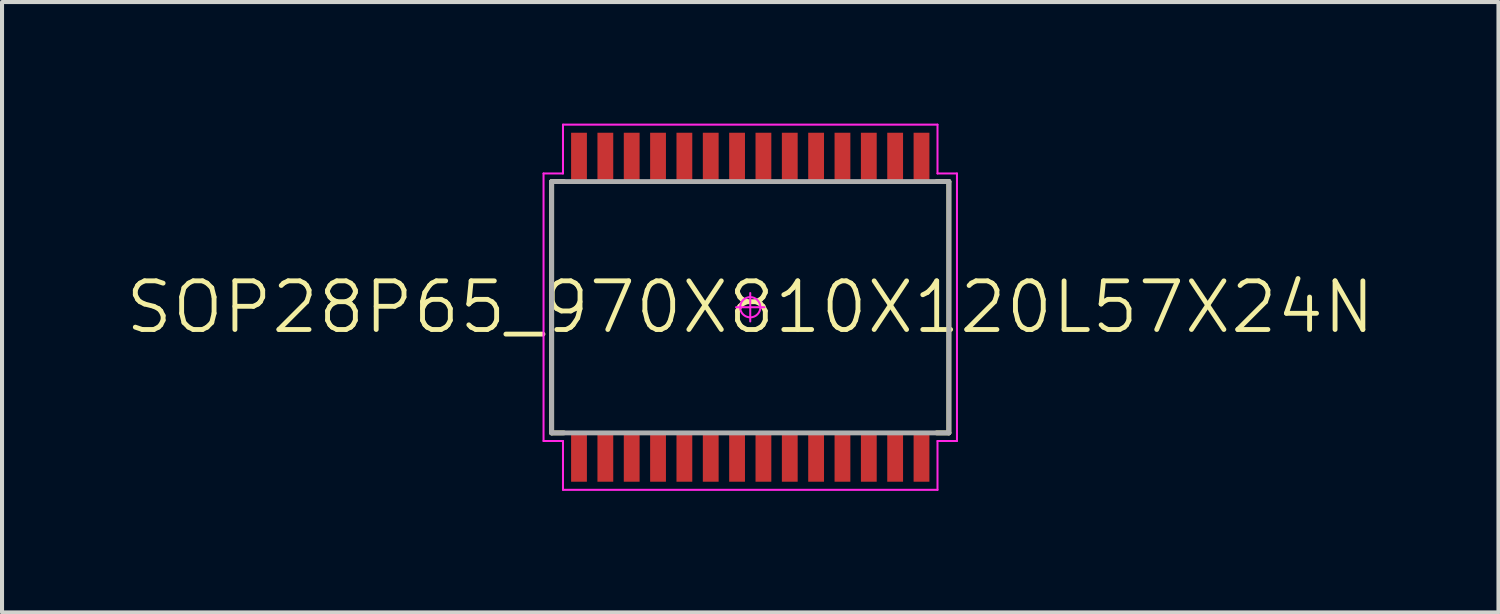
<source format=kicad_pcb>
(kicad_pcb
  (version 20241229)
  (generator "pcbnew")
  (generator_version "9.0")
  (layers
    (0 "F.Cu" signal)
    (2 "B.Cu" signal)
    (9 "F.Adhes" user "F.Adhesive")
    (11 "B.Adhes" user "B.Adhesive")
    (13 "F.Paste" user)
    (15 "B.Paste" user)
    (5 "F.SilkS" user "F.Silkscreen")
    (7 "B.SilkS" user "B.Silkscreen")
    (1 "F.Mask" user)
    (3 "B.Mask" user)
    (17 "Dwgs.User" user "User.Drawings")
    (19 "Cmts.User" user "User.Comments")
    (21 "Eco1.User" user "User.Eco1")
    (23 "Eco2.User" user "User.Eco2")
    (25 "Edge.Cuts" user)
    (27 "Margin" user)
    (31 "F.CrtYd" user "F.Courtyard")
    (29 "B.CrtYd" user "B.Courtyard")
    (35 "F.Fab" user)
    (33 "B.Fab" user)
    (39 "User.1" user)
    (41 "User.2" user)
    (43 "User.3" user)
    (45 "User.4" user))
  (footprint "SOP28P65_970X810X120L57X24N"
    (layer "F.Cu")
    (at 15.46 4.53)
    (property "Reference" "SOP28P65_970X810X120L57X24N" (at 0 0 0) (layer "F.SilkS") (effects (font (size 1.2 1.2) (thickness 0.12))))
    (attr smd)
    (fp_line (start -4.9 -3.1) (end -4.6 -3.1) (stroke (width 0.12) (type solid)) (layer "F.SilkS"))
    (fp_line (start -4.9 3.1) (end -4.9 -3.1) (stroke (width 0.12) (type solid)) (layer "F.SilkS"))
    (fp_line (start -4.6 3.1) (end -4.9 3.1) (stroke (width 0.12) (type solid)) (layer "F.SilkS"))
    (fp_line (start 4.6 3.1) (end 4.9 3.1) (stroke (width 0.12) (type solid)) (layer "F.SilkS"))
    (fp_line (start 4.9 -3.1) (end 4.6 -3.1) (stroke (width 0.12) (type solid)) (layer "F.SilkS"))
    (fp_line (start 4.9 3.1) (end 4.9 -3.1) (stroke (width 0.12) (type solid)) (layer "F.SilkS"))
    (fp_line (start -5.1 -3.3) (end -5.1 3.3) (stroke (width 0.05) (type solid)) (layer "F.CrtYd"))
    (fp_line (start -5.1 3.3) (end -4.62 3.3) (stroke (width 0.05) (type solid)) (layer "F.CrtYd"))
    (fp_line (start -4.62 -4.505) (end -4.62 -3.3) (stroke (width 0.05) (type solid)) (layer "F.CrtYd"))
    (fp_line (start -4.62 -3.3) (end -5.1 -3.3) (stroke (width 0.05) (type solid)) (layer "F.CrtYd"))
    (fp_line (start -4.62 3.3) (end -4.62 4.505) (stroke (width 0.05) (type solid)) (layer "F.CrtYd"))
    (fp_line (start -4.62 4.505) (end 4.62 4.505) (stroke (width 0.05) (type solid)) (layer "F.CrtYd"))
    (fp_line (start -0.35 0) (end 0.35 0) (stroke (width 0.05) (type solid)) (layer "F.CrtYd"))
    (fp_line (start 0 -0.35) (end 0 0.35) (stroke (width 0.05) (type solid)) (layer "F.CrtYd"))
    (fp_line (start 4.62 -4.505) (end -4.62 -4.505) (stroke (width 0.05) (type solid)) (layer "F.CrtYd"))
    (fp_line (start 4.62 -3.3) (end 4.62 -4.505) (stroke (width 0.05) (type solid)) (layer "F.CrtYd"))
    (fp_line (start 4.62 3.3) (end 5.1 3.3) (stroke (width 0.05) (type solid)) (layer "F.CrtYd"))
    (fp_line (start 4.62 4.505) (end 4.62 3.3) (stroke (width 0.05) (type solid)) (layer "F.CrtYd"))
    (fp_line (start 5.1 -3.3) (end 4.62 -3.3) (stroke (width 0.05) (type solid)) (layer "F.CrtYd"))
    (fp_line (start 5.1 3.3) (end 5.1 -3.3) (stroke (width 0.05) (type solid)) (layer "F.CrtYd"))
    (fp_circle (center 0 0) (end 0 0.25) (stroke (width 0.05) (type solid)) (fill no) (layer "F.CrtYd"))
    (fp_line (start -4.9 -3.1) (end 4.9 -3.1) (stroke (width 0.12) (type solid)) (layer "F.Fab"))
    (fp_line (start -4.9 3.1) (end -4.9 -3.1) (stroke (width 0.12) (type solid)) (layer "F.Fab"))
    (fp_line (start 4.9 -3.1) (end 4.9 3.1) (stroke (width 0.12) (type solid)) (layer "F.Fab"))
    (fp_line (start 4.9 3.1) (end -4.9 3.1) (stroke (width 0.12) (type solid)) (layer "F.Fab"))
    (pad "1" smd rect (at -4.225 3.69 90) (size 1.23 0.39) (layers "F.Cu" "F.Mask" "F.Paste"))
    (pad "2" smd rect (at -3.575 3.69 90) (size 1.23 0.39) (layers "F.Cu" "F.Mask" "F.Paste"))
    (pad "3" smd rect (at -2.925 3.69 90) (size 1.23 0.39) (layers "F.Cu" "F.Mask" "F.Paste"))
    (pad "4" smd rect (at -2.275 3.69 90) (size 1.23 0.39) (layers "F.Cu" "F.Mask" "F.Paste"))
    (pad "5" smd rect (at -1.625 3.69 90) (size 1.23 0.39) (layers "F.Cu" "F.Mask" "F.Paste"))
    (pad "6" smd rect (at -0.975 3.69 90) (size 1.23 0.39) (layers "F.Cu" "F.Mask" "F.Paste"))
    (pad "7" smd rect (at -0.325 3.69 90) (size 1.23 0.39) (layers "F.Cu" "F.Mask" "F.Paste"))
    (pad "8" smd rect (at 0.325 3.69 90) (size 1.23 0.39) (layers "F.Cu" "F.Mask" "F.Paste"))
    (pad "9" smd rect (at 0.975 3.69 90) (size 1.23 0.39) (layers "F.Cu" "F.Mask" "F.Paste"))
    (pad "10" smd rect (at 1.625 3.69 90) (size 1.23 0.39) (layers "F.Cu" "F.Mask" "F.Paste"))
    (pad "11" smd rect (at 2.275 3.69 90) (size 1.23 0.39) (layers "F.Cu" "F.Mask" "F.Paste"))
    (pad "12" smd rect (at 2.925 3.69 90) (size 1.23 0.39) (layers "F.Cu" "F.Mask" "F.Paste"))
    (pad "13" smd rect (at 3.575 3.69 90) (size 1.23 0.39) (layers "F.Cu" "F.Mask" "F.Paste"))
    (pad "14" smd rect (at 4.225 3.69 90) (size 1.23 0.39) (layers "F.Cu" "F.Mask" "F.Paste"))
    (pad "15" smd rect (at 4.225 -3.69 90) (size 1.23 0.39) (layers "F.Cu" "F.Mask" "F.Paste"))
    (pad "16" smd rect (at 3.575 -3.69 90) (size 1.23 0.39) (layers "F.Cu" "F.Mask" "F.Paste"))
    (pad "17" smd rect (at 2.925 -3.69 90) (size 1.23 0.39) (layers "F.Cu" "F.Mask" "F.Paste"))
    (pad "18" smd rect (at 2.275 -3.69 90) (size 1.23 0.39) (layers "F.Cu" "F.Mask" "F.Paste"))
    (pad "19" smd rect (at 1.625 -3.69 90) (size 1.23 0.39) (layers "F.Cu" "F.Mask" "F.Paste"))
    (pad "20" smd rect (at 0.975 -3.69 90) (size 1.23 0.39) (layers "F.Cu" "F.Mask" "F.Paste"))
    (pad "21" smd rect (at 0.325 -3.69 90) (size 1.23 0.39) (layers "F.Cu" "F.Mask" "F.Paste"))
    (pad "22" smd rect (at -0.325 -3.69 90) (size 1.23 0.39) (layers "F.Cu" "F.Mask" "F.Paste"))
    (pad "23" smd rect (at -0.975 -3.69 90) (size 1.23 0.39) (layers "F.Cu" "F.Mask" "F.Paste"))
    (pad "24" smd rect (at -1.625 -3.69 90) (size 1.23 0.39) (layers "F.Cu" "F.Mask" "F.Paste"))
    (pad "25" smd rect (at -2.275 -3.69 90) (size 1.23 0.39) (layers "F.Cu" "F.Mask" "F.Paste"))
    (pad "26" smd rect (at -2.925 -3.69 90) (size 1.23 0.39) (layers "F.Cu" "F.Mask" "F.Paste"))
    (pad "27" smd rect (at -3.575 -3.69 90) (size 1.23 0.39) (layers "F.Cu" "F.Mask" "F.Paste"))
    (pad "28" smd rect (at -4.225 -3.69 90) (size 1.23 0.39) (layers "F.Cu" "F.Mask" "F.Paste")))
  (gr_rect
    (start -3 -3)
    (end 33.92 12.06)
    (stroke (width 0.1) (type default))
    (fill no)
    (layer "Edge.Cuts")))
</source>
